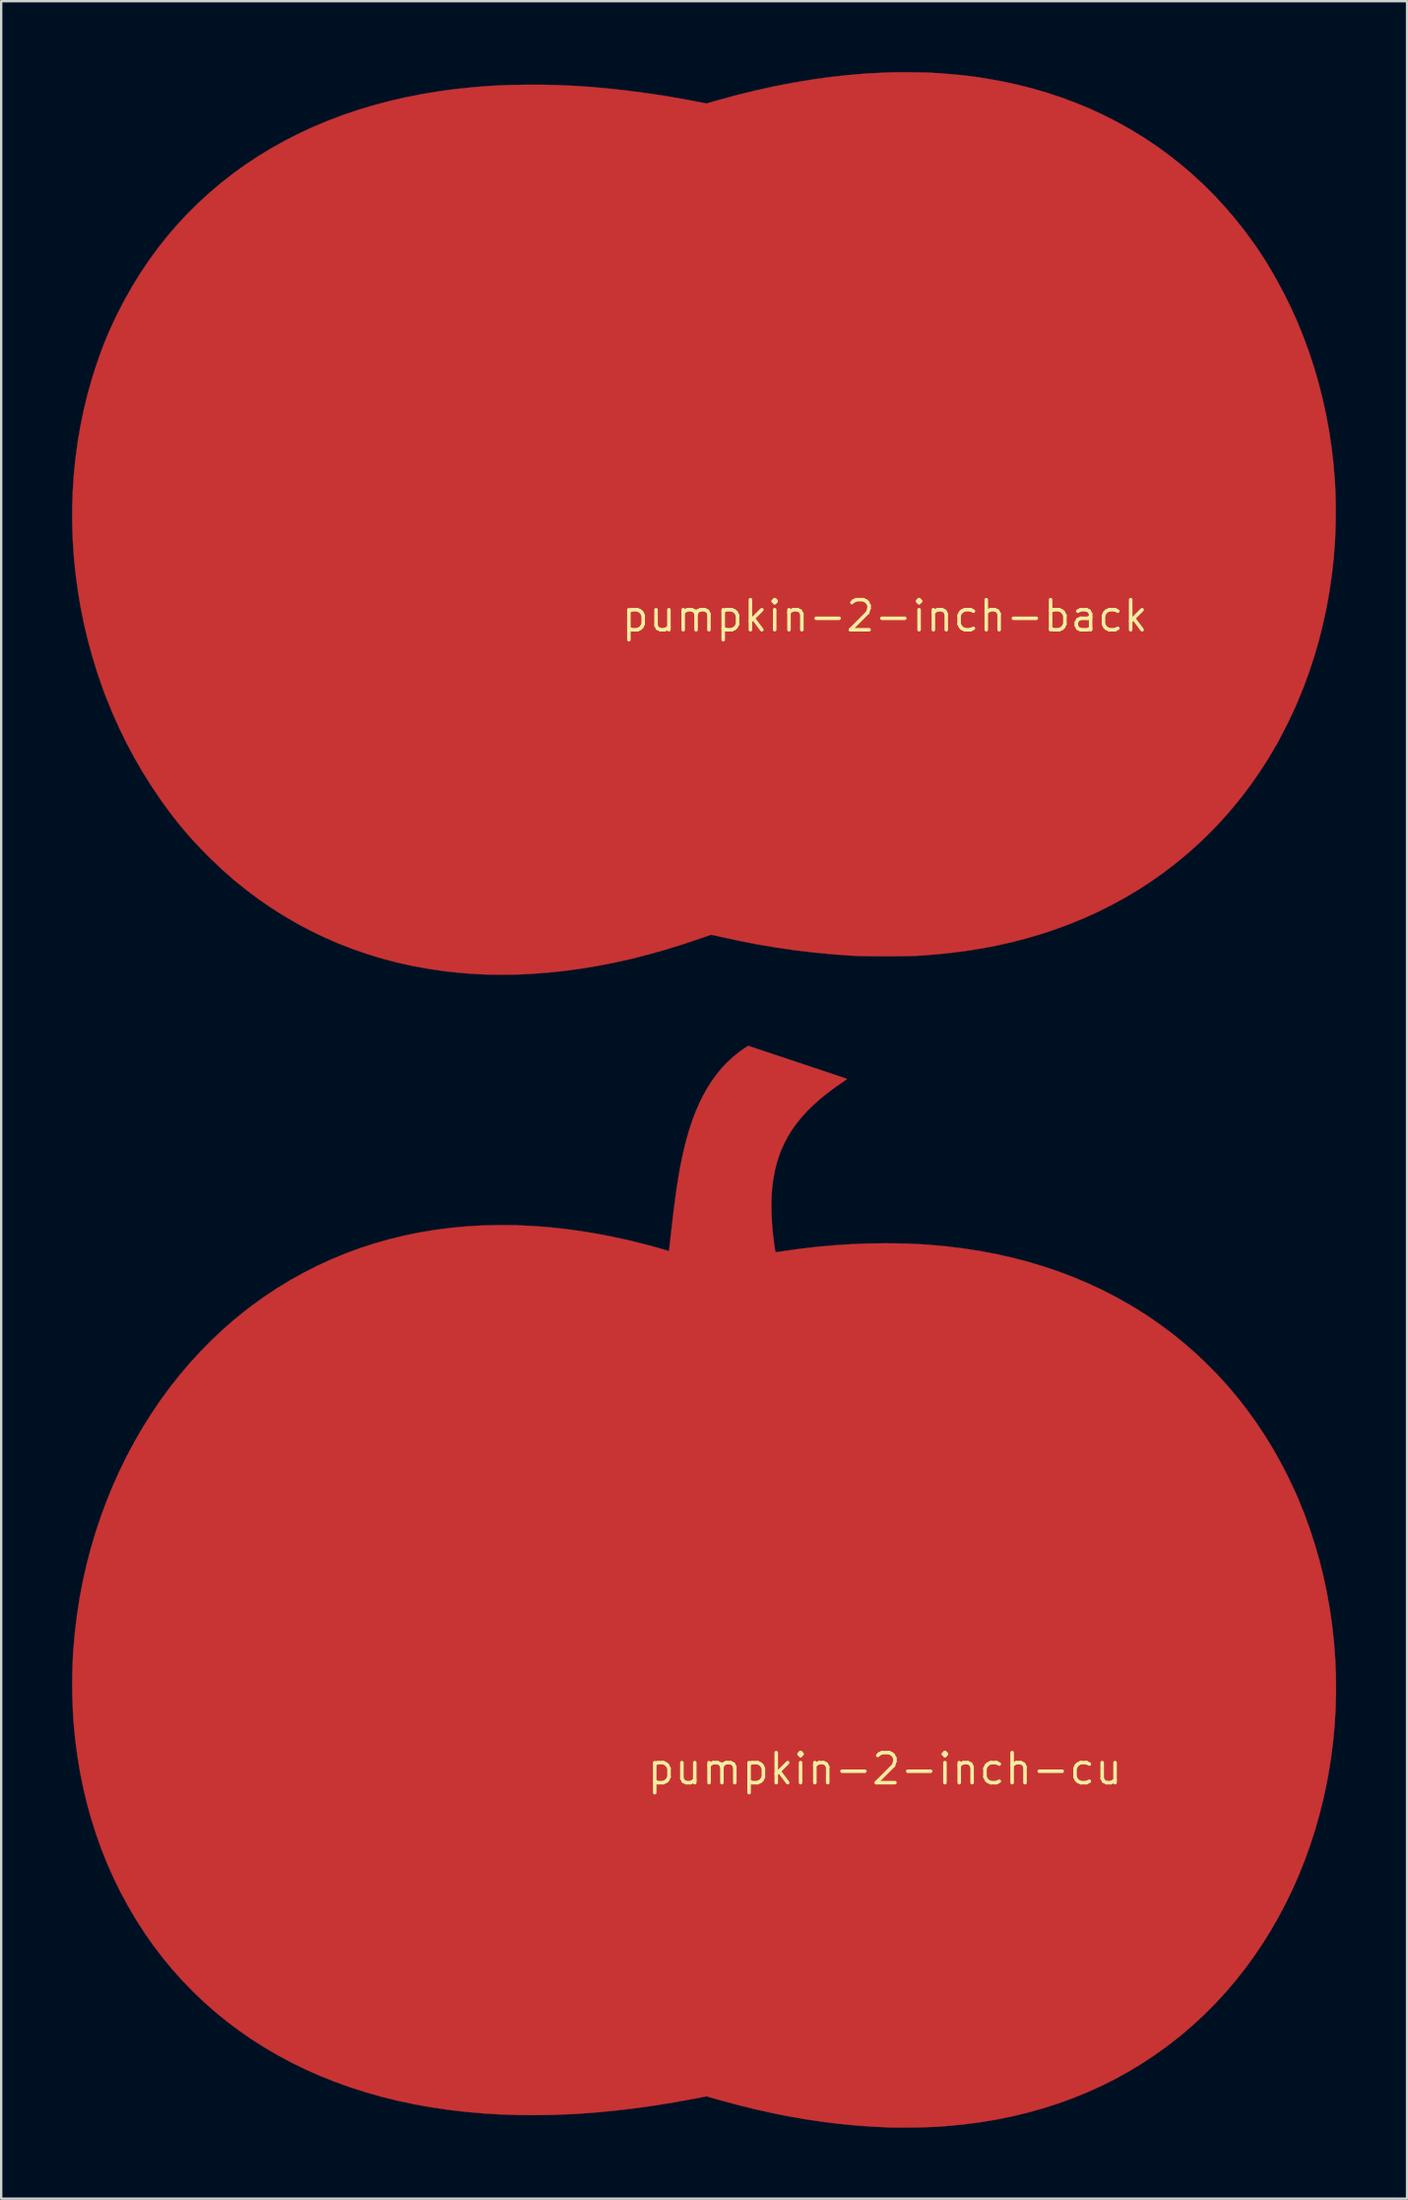
<source format=kicad_pcb>
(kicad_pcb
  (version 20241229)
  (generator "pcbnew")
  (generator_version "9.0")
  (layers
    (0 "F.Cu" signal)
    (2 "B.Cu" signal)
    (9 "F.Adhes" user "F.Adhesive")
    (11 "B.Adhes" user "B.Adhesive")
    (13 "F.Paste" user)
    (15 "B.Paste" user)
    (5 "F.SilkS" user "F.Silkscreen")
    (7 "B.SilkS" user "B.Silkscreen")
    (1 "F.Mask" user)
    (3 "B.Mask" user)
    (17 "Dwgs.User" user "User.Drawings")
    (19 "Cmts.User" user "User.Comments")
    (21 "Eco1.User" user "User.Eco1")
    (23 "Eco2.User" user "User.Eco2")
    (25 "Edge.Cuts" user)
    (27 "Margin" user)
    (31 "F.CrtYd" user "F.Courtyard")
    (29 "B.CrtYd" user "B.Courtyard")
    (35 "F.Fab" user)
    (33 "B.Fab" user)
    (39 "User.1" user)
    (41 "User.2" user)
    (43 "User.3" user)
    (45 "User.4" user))
  (footprint "pumpkin-2-inch-back"
    (layer "F.Cu")
    (at 34.379 22.994)
    (property "Reference" "pumpkin-2-inch-back" (at 0 0 0) (layer "F.SilkS") (effects (font (size 1.27 1.27) (thickness 0.15))))
    (attr through_hole)
    (fp_poly (pts (xy 0.926 -22.989) (xy 1.076 -22.988) (xy 1.226 -22.986) (xy 1.373 -22.985) (xy 1.514 -22.982) (xy 1.645 -22.98) (xy 1.762 -22.977) (xy 1.863 -22.974) (xy 1.943 -22.97) (xy 1.975 -22.968) (xy 2.247 -22.951) (xy 2.498 -22.933) (xy 2.73 -22.915) (xy 2.947 -22.896) (xy 3.153 -22.876) (xy 3.35 -22.855) (xy 3.543 -22.833) (xy 3.735 -22.808) (xy 3.929 -22.781) (xy 4.128 -22.751) (xy 4.248 -22.732) (xy 4.92 -22.613) (xy 5.58 -22.472) (xy 6.228 -22.309) (xy 6.865 -22.123) (xy 7.49 -21.916) (xy 8.102 -21.687) (xy 8.702 -21.436) (xy 9.289 -21.164) (xy 9.862 -20.871) (xy 10.422 -20.557) (xy 10.968 -20.223) (xy 11.5 -19.867) (xy 12.017 -19.491) (xy 12.52 -19.095) (xy 13.008 -18.679) (xy 13.48 -18.243) (xy 13.937 -17.787) (xy 14.378 -17.311) (xy 14.803 -16.816) (xy 15.212 -16.302) (xy 15.595 -15.78) (xy 15.728 -15.59) (xy 15.853 -15.406) (xy 15.973 -15.224) (xy 16.09 -15.041) (xy 16.207 -14.851) (xy 16.327 -14.65) (xy 16.452 -14.435) (xy 16.564 -14.238) (xy 16.883 -13.646) (xy 17.182 -13.04) (xy 17.46 -12.42) (xy 17.717 -11.788) (xy 17.953 -11.144) (xy 18.167 -10.489) (xy 18.359 -9.825) (xy 18.53 -9.153) (xy 18.678 -8.472) (xy 18.803 -7.785) (xy 18.906 -7.093) (xy 18.985 -6.395) (xy 19.041 -5.694) (xy 19.058 -5.385) (xy 19.068 -5.115) (xy 19.075 -4.826) (xy 19.078 -4.525) (xy 19.077 -4.216) (xy 19.072 -3.908) (xy 19.064 -3.604) (xy 19.052 -3.313) (xy 19.044 -3.156) (xy 18.991 -2.45) (xy 18.914 -1.748) (xy 18.813 -1.049) (xy 18.689 -0.357) (xy 18.541 0.33) (xy 18.371 1.008) (xy 18.177 1.679) (xy 17.961 2.339) (xy 17.723 2.989) (xy 17.462 3.627) (xy 17.355 3.873) (xy 17.278 4.041) (xy 17.194 4.222) (xy 17.103 4.411) (xy 17.008 4.604) (xy 16.911 4.796) (xy 16.815 4.984) (xy 16.722 5.162) (xy 16.634 5.326) (xy 16.553 5.471) (xy 16.544 5.486) (xy 16.201 6.063) (xy 15.839 6.623) (xy 15.459 7.165) (xy 15.061 7.69) (xy 14.644 8.197) (xy 14.211 8.686) (xy 13.76 9.157) (xy 13.292 9.609) (xy 12.808 10.042) (xy 12.307 10.456) (xy 11.791 10.85) (xy 11.259 11.225) (xy 10.712 11.58) (xy 10.149 11.915) (xy 9.572 12.229) (xy 8.981 12.523) (xy 8.375 12.796) (xy 7.756 13.048) (xy 7.124 13.278) (xy 7.093 13.289) (xy 6.538 13.469) (xy 5.979 13.632) (xy 5.413 13.779) (xy 4.84 13.91) (xy 4.255 14.025) (xy 3.658 14.125) (xy 3.047 14.21) (xy 2.42 14.28) (xy 1.774 14.336) (xy 1.429 14.36) (xy 1.325 14.365) (xy 1.2 14.37) (xy 1.054 14.374) (xy 0.892 14.377) (xy 0.717 14.38) (xy 0.531 14.382) (xy 0.337 14.384) (xy 0.138 14.384) (xy -0.062 14.384) (xy -0.262 14.384) (xy -0.457 14.382) (xy -0.645 14.38) (xy -0.823 14.377) (xy -0.989 14.374) (xy -1.138 14.37) (xy -1.269 14.365) (xy -1.378 14.36) (xy -2.192 14.302) (xy -2.995 14.226) (xy -3.793 14.131) (xy -4.589 14.016) (xy -5.387 13.881) (xy -6.19 13.725) (xy -6.932 13.564) (xy -7.028 13.542) (xy -7.117 13.522) (xy -7.195 13.505) (xy -7.259 13.491) (xy -7.306 13.481) (xy -7.333 13.475) (xy -7.338 13.475) (xy -7.354 13.479) (xy -7.391 13.49) (xy -7.446 13.508) (xy -7.515 13.532) (xy -7.597 13.56) (xy -7.689 13.591) (xy -7.751 13.613) (xy -8.502 13.866) (xy -9.243 14.096) (xy -9.975 14.302) (xy -10.7 14.487) (xy -11.418 14.649) (xy -12.131 14.788) (xy -12.839 14.906) (xy -13.542 15.001) (xy -14.243 15.075) (xy -14.942 15.127) (xy -15.418 15.151) (xy -15.511 15.154) (xy -15.624 15.156) (xy -15.755 15.158) (xy -15.898 15.16) (xy -16.049 15.16) (xy -16.204 15.161) (xy -16.359 15.161) (xy -16.508 15.16) (xy -16.649 15.159) (xy -16.776 15.157) (xy -16.859 15.155) (xy -17.024 15.149) (xy -17.209 15.14) (xy -17.41 15.128) (xy -17.621 15.113) (xy -17.837 15.095) (xy -18.053 15.076) (xy -18.266 15.055) (xy -18.469 15.033) (xy -18.644 15.012) (xy -19.31 14.915) (xy -19.968 14.795) (xy -20.615 14.652) (xy -21.253 14.485) (xy -21.88 14.295) (xy -22.496 14.083) (xy -23.102 13.848) (xy -23.697 13.59) (xy -24.28 13.31) (xy -24.852 13.007) (xy -25.411 12.682) (xy -25.959 12.335) (xy -26.494 11.967) (xy -27.016 11.576) (xy -27.525 11.164) (xy -28.02 10.73) (xy -28.503 10.275) (xy -28.69 10.088) (xy -28.954 9.817) (xy -29.202 9.554) (xy -29.437 9.293) (xy -29.663 9.031) (xy -29.883 8.764) (xy -30.101 8.488) (xy -30.32 8.197) (xy -30.544 7.89) (xy -30.648 7.743) (xy -31.033 7.175) (xy -31.399 6.59) (xy -31.747 5.989) (xy -32.075 5.374) (xy -32.383 4.745) (xy -32.67 4.104) (xy -32.936 3.452) (xy -33.085 3.057) (xy -33.318 2.381) (xy -33.528 1.698) (xy -33.716 1.011) (xy -33.879 0.318) (xy -34.02 -0.378) (xy -34.137 -1.077) (xy -34.231 -1.779) (xy -34.302 -2.481) (xy -34.349 -3.184) (xy -34.373 -3.887) (xy -34.374 -4.588) (xy -34.351 -5.287) (xy -34.305 -5.983) (xy -34.235 -6.675) (xy -34.142 -7.363) (xy -34.025 -8.045) (xy -33.885 -8.721) (xy -33.722 -9.389) (xy -33.535 -10.049) (xy -33.41 -10.446) (xy -33.304 -10.761) (xy -33.2 -11.057) (xy -33.096 -11.338) (xy -32.991 -11.609) (xy -32.881 -11.874) (xy -32.764 -12.14) (xy -32.64 -12.411) (xy -32.505 -12.693) (xy -32.448 -12.808) (xy -32.145 -13.393) (xy -31.823 -13.961) (xy -31.482 -14.512) (xy -31.121 -15.047) (xy -30.742 -15.565) (xy -30.344 -16.067) (xy -29.927 -16.551) (xy -29.491 -17.018) (xy -29.037 -17.467) (xy -28.564 -17.899) (xy -28.074 -18.314) (xy -27.565 -18.711) (xy -27.057 -19.076) (xy -26.518 -19.434) (xy -25.963 -19.772) (xy -25.392 -20.091) (xy -24.805 -20.39) (xy -24.203 -20.67) (xy -23.586 -20.929) (xy -22.955 -21.169) (xy -22.309 -21.389) (xy -21.648 -21.588) (xy -20.974 -21.767) (xy -20.286 -21.926) (xy -19.584 -22.065) (xy -18.87 -22.183) (xy -18.143 -22.281) (xy -17.403 -22.357) (xy -17.005 -22.39) (xy -16.765 -22.407) (xy -16.531 -22.421) (xy -16.299 -22.433) (xy -16.064 -22.442) (xy -15.82 -22.45) (xy -15.563 -22.456) (xy -15.288 -22.46) (xy -15.177 -22.461) (xy -14.496 -22.461) (xy -13.812 -22.445) (xy -13.121 -22.414) (xy -12.421 -22.367) (xy -11.711 -22.304) (xy -10.987 -22.225) (xy -10.247 -22.13) (xy -9.798 -22.066) (xy -9.685 -22.049) (xy -9.573 -22.032) (xy -9.468 -22.016) (xy -9.372 -22.001) (xy -9.291 -21.988) (xy -9.227 -21.978) (xy -9.188 -21.971) (xy -9.134 -21.962) (xy -9.061 -21.949) (xy -8.975 -21.934) (xy -8.881 -21.918) (xy -8.785 -21.901) (xy -8.744 -21.894) (xy -8.654 -21.879) (xy -8.545 -21.859) (xy -8.424 -21.837) (xy -8.295 -21.813) (xy -8.165 -21.788) (xy -8.041 -21.765) (xy -7.991 -21.755) (xy -7.543 -21.668) (xy -7.147 -21.782) (xy -6.32 -22.008) (xy -5.503 -22.21) (xy -4.694 -22.39) (xy -3.894 -22.546) (xy -3.101 -22.678) (xy -2.317 -22.787) (xy -1.539 -22.873) (xy -0.768 -22.936) (xy -0.003 -22.976) (xy 0.305 -22.986) (xy 0.401 -22.988) (xy 0.514 -22.989) (xy 0.642 -22.989) (xy 0.78 -22.989) (xy 0.926 -22.989)) (stroke (width 0.01) (type solid)) (fill yes) (layer "F.Cu")))
  (footprint "pumpkin-2-inch-cu"
    (layer "F.Cu")
    (at 34.384 71.736)
    (property "Reference" "pumpkin-2-inch-cu" (at 0 0 0) (layer "F.SilkS") (effects (font (size 1.27 1.27) (thickness 0.15))))
    (attr through_hole)
    (fp_poly (pts (xy -3.696 -29.876) (xy -3.474 -29.802) (xy -3.258 -29.73) (xy -3.05 -29.661) (xy -2.851 -29.594) (xy -2.662 -29.531) (xy -2.485 -29.471) (xy -2.32 -29.416) (xy -2.17 -29.365) (xy -2.034 -29.32) (xy -1.915 -29.279) (xy -1.814 -29.245) (xy -1.731 -29.217) (xy -1.668 -29.195) (xy -1.627 -29.181) (xy -1.608 -29.174) (xy -1.607 -29.173) (xy -1.615 -29.163) (xy -1.641 -29.142) (xy -1.68 -29.113) (xy -1.73 -29.078) (xy -1.75 -29.065) (xy -2.105 -28.819) (xy -2.435 -28.572) (xy -2.741 -28.324) (xy -3.023 -28.073) (xy -3.282 -27.819) (xy -3.519 -27.56) (xy -3.733 -27.297) (xy -3.927 -27.027) (xy -4.099 -26.75) (xy -4.251 -26.466) (xy -4.383 -26.173) (xy -4.497 -25.87) (xy -4.591 -25.557) (xy -4.668 -25.232) (xy -4.727 -24.895) (xy -4.77 -24.545) (xy -4.787 -24.327) (xy -4.796 -24.145) (xy -4.801 -23.943) (xy -4.801 -23.727) (xy -4.796 -23.502) (xy -4.787 -23.274) (xy -4.774 -23.047) (xy -4.756 -22.828) (xy -4.756 -22.822) (xy -4.745 -22.718) (xy -4.734 -22.608) (xy -4.721 -22.496) (xy -4.708 -22.384) (xy -4.694 -22.276) (xy -4.68 -22.173) (xy -4.667 -22.08) (xy -4.654 -21.998) (xy -4.643 -21.931) (xy -4.633 -21.881) (xy -4.626 -21.851) (xy -4.621 -21.844) (xy -4.606 -21.846) (xy -4.57 -21.851) (xy -4.515 -21.859) (xy -4.447 -21.869) (xy -4.368 -21.881) (xy -4.321 -21.888) (xy -3.565 -21.993) (xy -2.822 -22.078) (xy -2.089 -22.143) (xy -1.362 -22.189) (xy -0.64 -22.215) (xy 0.08 -22.223) (xy 0.318 -22.221) (xy 0.515 -22.218) (xy 0.691 -22.215) (xy 0.851 -22.212) (xy 1 -22.208) (xy 1.141 -22.202) (xy 1.279 -22.196) (xy 1.419 -22.189) (xy 1.566 -22.18) (xy 1.724 -22.169) (xy 1.841 -22.161) (xy 2.567 -22.097) (xy 3.28 -22.011) (xy 3.983 -21.903) (xy 4.674 -21.774) (xy 5.353 -21.623) (xy 6.02 -21.45) (xy 6.674 -21.256) (xy 7.316 -21.041) (xy 7.944 -20.804) (xy 8.559 -20.546) (xy 9.161 -20.267) (xy 9.749 -19.966) (xy 10.323 -19.645) (xy 10.493 -19.544) (xy 11.048 -19.196) (xy 11.587 -18.828) (xy 12.111 -18.44) (xy 12.618 -18.033) (xy 13.108 -17.608) (xy 13.582 -17.163) (xy 14.038 -16.701) (xy 14.478 -16.22) (xy 14.899 -15.723) (xy 15.302 -15.208) (xy 15.688 -14.676) (xy 16.054 -14.127) (xy 16.402 -13.563) (xy 16.73 -12.982) (xy 17.04 -12.386) (xy 17.329 -11.775) (xy 17.477 -11.44) (xy 17.737 -10.801) (xy 17.974 -10.152) (xy 18.189 -9.492) (xy 18.381 -8.824) (xy 18.55 -8.148) (xy 18.696 -7.464) (xy 18.819 -6.775) (xy 18.919 -6.08) (xy 18.995 -5.381) (xy 19.049 -4.679) (xy 19.078 -3.974) (xy 19.084 -3.268) (xy 19.067 -2.561) (xy 19.025 -1.855) (xy 18.96 -1.15) (xy 18.871 -0.447) (xy 18.758 0.252) (xy 18.699 0.565) (xy 18.555 1.244) (xy 18.388 1.913) (xy 18.201 2.572) (xy 17.992 3.219) (xy 17.763 3.855) (xy 17.514 4.479) (xy 17.244 5.089) (xy 16.955 5.687) (xy 16.647 6.271) (xy 16.319 6.84) (xy 15.972 7.395) (xy 15.607 7.934) (xy 15.224 8.457) (xy 14.823 8.964) (xy 14.405 9.454) (xy 13.969 9.926) (xy 13.517 10.38) (xy 13.047 10.816) (xy 12.562 11.233) (xy 12.414 11.353) (xy 11.901 11.75) (xy 11.374 12.125) (xy 10.834 12.479) (xy 10.28 12.811) (xy 9.714 13.122) (xy 9.134 13.411) (xy 8.542 13.678) (xy 7.937 13.924) (xy 7.32 14.147) (xy 6.691 14.349) (xy 6.05 14.528) (xy 5.396 14.686) (xy 4.731 14.821) (xy 4.055 14.934) (xy 3.366 15.025) (xy 2.667 15.094) (xy 2.229 15.125) (xy 2.075 15.134) (xy 1.901 15.141) (xy 1.713 15.148) (xy 1.514 15.153) (xy 1.309 15.157) (xy 1.102 15.16) (xy 0.898 15.162) (xy 0.7 15.163) (xy 0.514 15.162) (xy 0.343 15.16) (xy 0.192 15.157) (xy 0.152 15.155) (xy -0.557 15.121) (xy -1.263 15.07) (xy -1.965 15.001) (xy -2.667 14.914) (xy -3.37 14.809) (xy -4.077 14.686) (xy -4.79 14.543) (xy -5.512 14.381) (xy -6.243 14.2) (xy -6.988 13.999) (xy -7.14 13.955) (xy -7.543 13.84) (xy -8.01 13.931) (xy -8.894 14.092) (xy -9.764 14.233) (xy -10.621 14.352) (xy -11.464 14.451) (xy -12.296 14.529) (xy -13.116 14.586) (xy -13.924 14.622) (xy -14.722 14.637) (xy -15.509 14.631) (xy -16.286 14.605) (xy -16.935 14.566) (xy -17.694 14.501) (xy -18.44 14.415) (xy -19.172 14.308) (xy -19.89 14.18) (xy -20.595 14.031) (xy -21.286 13.86) (xy -21.963 13.669) (xy -22.626 13.457) (xy -23.275 13.224) (xy -23.91 12.969) (xy -24.511 12.703) (xy -25.105 12.414) (xy -25.683 12.105) (xy -26.246 11.777) (xy -26.792 11.429) (xy -27.322 11.062) (xy -27.836 10.676) (xy -28.332 10.272) (xy -28.812 9.85) (xy -29.274 9.409) (xy -29.718 8.95) (xy -30.144 8.475) (xy -30.552 7.981) (xy -30.941 7.471) (xy -31.311 6.944) (xy -31.33 6.915) (xy -31.685 6.362) (xy -32.019 5.796) (xy -32.332 5.216) (xy -32.623 4.623) (xy -32.892 4.018) (xy -33.14 3.4) (xy -33.365 2.772) (xy -33.569 2.131) (xy -33.75 1.48) (xy -33.909 0.819) (xy -34.045 0.148) (xy -34.159 -0.533) (xy -34.249 -1.224) (xy -34.302 -1.746) (xy -34.335 -2.172) (xy -34.358 -2.615) (xy -34.373 -3.068) (xy -34.379 -3.526) (xy -34.376 -3.983) (xy -34.364 -4.43) (xy -34.343 -4.863) (xy -34.334 -5.004) (xy -34.27 -5.743) (xy -34.182 -6.476) (xy -34.07 -7.204) (xy -33.933 -7.925) (xy -33.772 -8.64) (xy -33.587 -9.347) (xy -33.378 -10.047) (xy -33.145 -10.738) (xy -32.888 -11.421) (xy -32.665 -11.962) (xy -32.38 -12.598) (xy -32.075 -13.22) (xy -31.751 -13.827) (xy -31.408 -14.42) (xy -31.046 -14.996) (xy -30.667 -15.557) (xy -30.27 -16.1) (xy -29.856 -16.627) (xy -29.425 -17.136) (xy -28.977 -17.626) (xy -28.513 -18.098) (xy -28.034 -18.551) (xy -27.54 -18.984) (xy -27.031 -19.396) (xy -26.78 -19.588) (xy -26.249 -19.97) (xy -25.706 -20.33) (xy -25.152 -20.667) (xy -24.586 -20.981) (xy -24.01 -21.274) (xy -23.422 -21.543) (xy -22.824 -21.79) (xy -22.216 -22.014) (xy -21.598 -22.215) (xy -20.97 -22.393) (xy -20.332 -22.548) (xy -19.685 -22.68) (xy -19.029 -22.79) (xy -18.364 -22.876) (xy -17.691 -22.938) (xy -17.009 -22.978) (xy -16.319 -22.994) (xy -15.622 -22.987) (xy -14.917 -22.956) (xy -14.205 -22.902) (xy -13.513 -22.828) (xy -12.862 -22.738) (xy -12.202 -22.63) (xy -11.536 -22.502) (xy -10.87 -22.357) (xy -10.208 -22.196) (xy -9.555 -22.018) (xy -9.31 -21.947) (xy -9.248 -21.929) (xy -9.195 -21.914) (xy -9.156 -21.905) (xy -9.136 -21.901) (xy -9.134 -21.901) (xy -9.132 -21.914) (xy -9.127 -21.95) (xy -9.12 -22.007) (xy -9.111 -22.083) (xy -9.1 -22.175) (xy -9.088 -22.282) (xy -9.074 -22.401) (xy -9.06 -22.53) (xy -9.044 -22.667) (xy -9.042 -22.684) (xy -9.003 -23.036) (xy -8.964 -23.365) (xy -8.927 -23.672) (xy -8.89 -23.959) (xy -8.854 -24.228) (xy -8.819 -24.482) (xy -8.783 -24.721) (xy -8.747 -24.949) (xy -8.71 -25.166) (xy -8.673 -25.375) (xy -8.634 -25.578) (xy -8.594 -25.776) (xy -8.552 -25.971) (xy -8.514 -26.141) (xy -8.403 -26.588) (xy -8.281 -27.011) (xy -8.149 -27.413) (xy -8.005 -27.793) (xy -7.849 -28.151) (xy -7.682 -28.489) (xy -7.503 -28.807) (xy -7.311 -29.105) (xy -7.107 -29.384) (xy -6.889 -29.644) (xy -6.659 -29.885) (xy -6.414 -30.109) (xy -6.156 -30.316) (xy -6.074 -30.376) (xy -6.014 -30.419) (xy -5.953 -30.46) (xy -5.898 -30.497) (xy -5.857 -30.523) (xy -5.856 -30.524) (xy -5.779 -30.571) (xy -3.696 -29.876)) (stroke (width 0.01) (type solid)) (fill yes) (layer "F.Cu")))
  (gr_rect
    (start -3 -3)
    (end 56.473 89.904)
    (stroke (width 0.1) (type default))
    (fill no)
    (layer "Edge.Cuts")))
</source>
